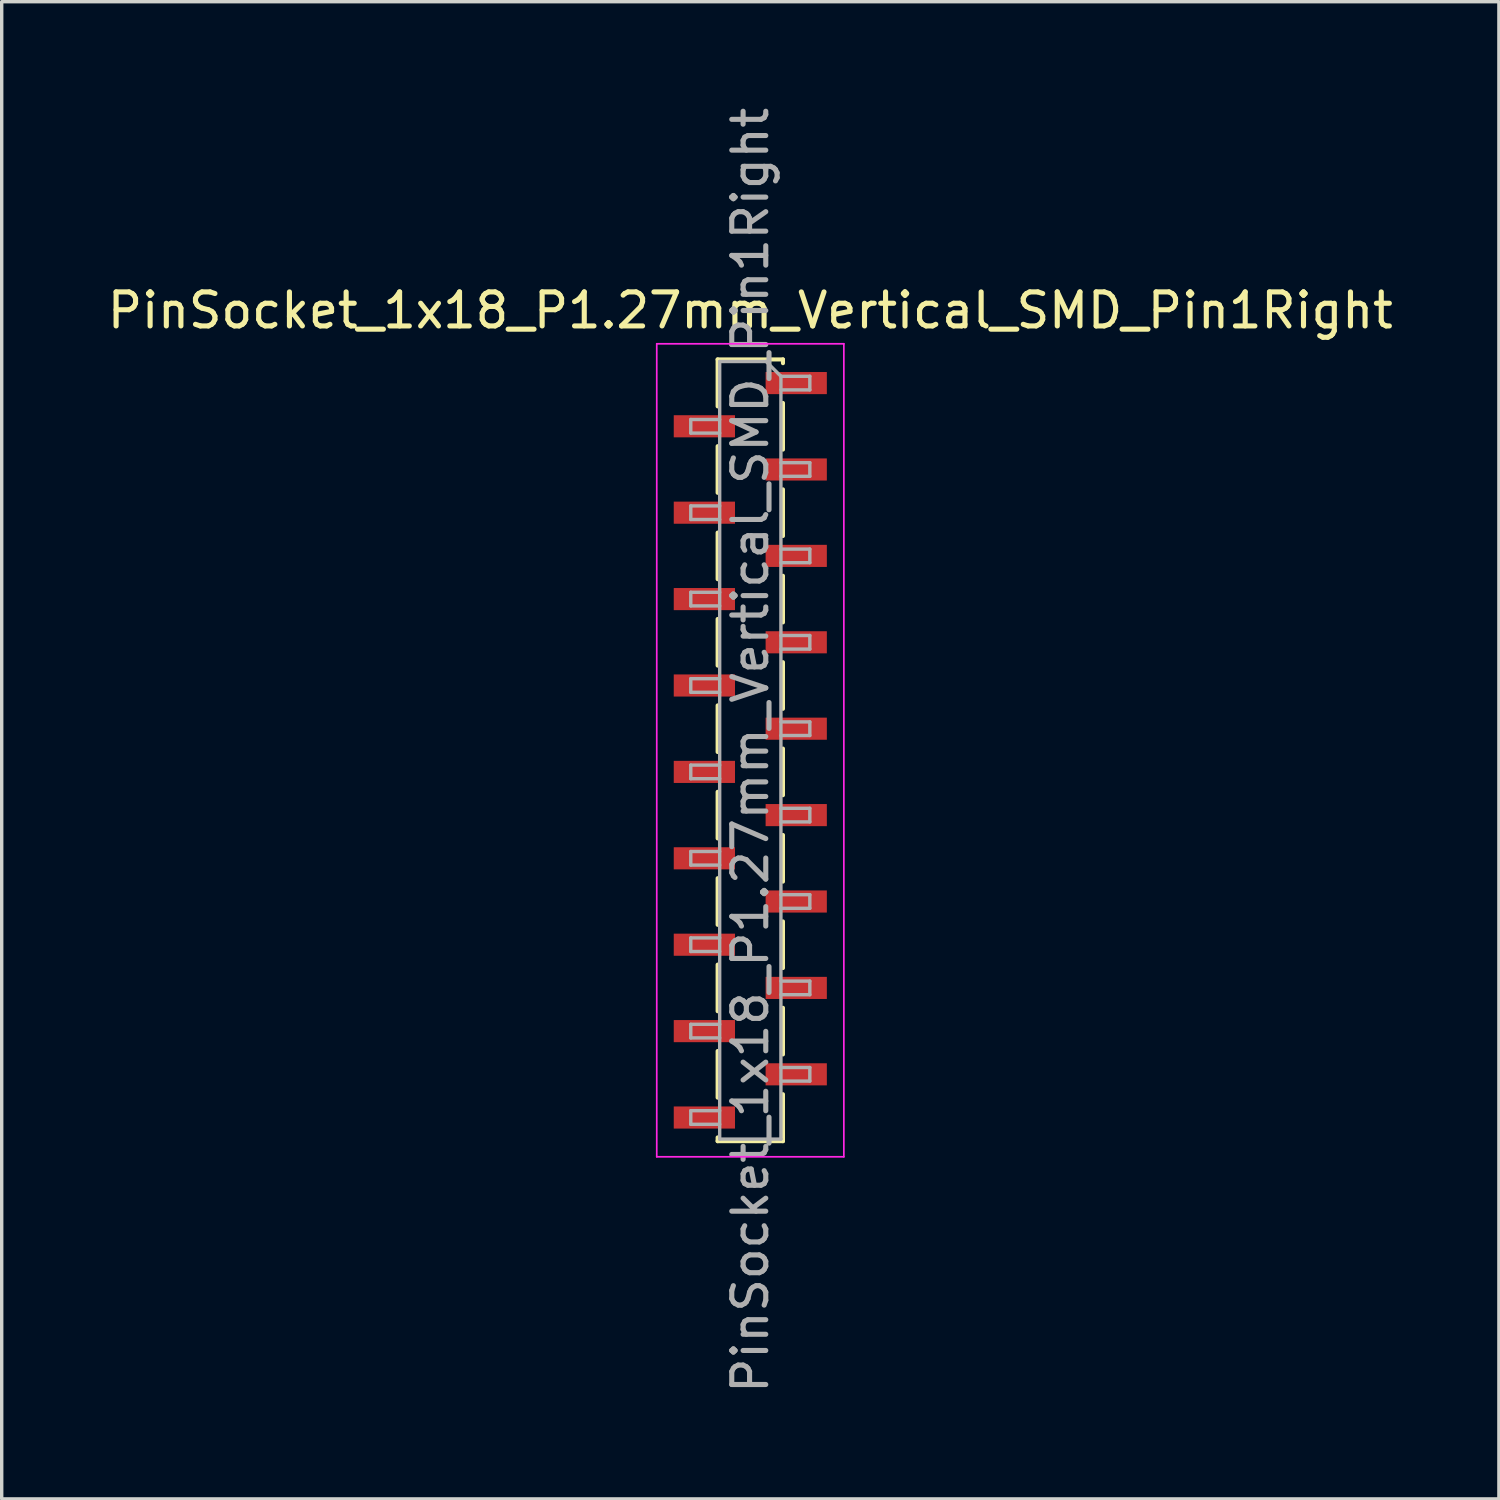
<source format=kicad_pcb>
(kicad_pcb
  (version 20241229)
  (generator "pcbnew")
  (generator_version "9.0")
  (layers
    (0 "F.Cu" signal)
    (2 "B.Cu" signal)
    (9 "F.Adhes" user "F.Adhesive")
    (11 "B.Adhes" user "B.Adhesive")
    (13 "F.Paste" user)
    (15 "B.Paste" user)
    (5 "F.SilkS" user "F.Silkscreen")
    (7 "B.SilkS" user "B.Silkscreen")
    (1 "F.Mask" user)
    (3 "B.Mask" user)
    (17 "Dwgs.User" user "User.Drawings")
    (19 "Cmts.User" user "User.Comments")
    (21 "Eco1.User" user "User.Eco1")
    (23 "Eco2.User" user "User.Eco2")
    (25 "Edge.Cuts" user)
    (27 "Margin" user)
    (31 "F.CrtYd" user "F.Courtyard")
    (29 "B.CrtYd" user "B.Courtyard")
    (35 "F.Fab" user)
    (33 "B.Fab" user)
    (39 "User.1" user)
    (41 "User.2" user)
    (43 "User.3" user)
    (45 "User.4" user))
  (footprint "PinSocket_1x18_P1.27mm_Vertical_SMD_Pin1Right"
    (layer "F.Cu")
    (at 19.006 19.006)
    (property "Reference" "PinSocket_1x18_P1.27mm_Vertical_SMD_Pin1Right" (at 0 -12.93 0) (layer "F.SilkS") (effects (font (size 1 1) (thickness 0.15))))
    (attr smd)
    (fp_line (start -0.96 -11.49) (end -0.96 -10.11) (stroke (width 0.12) (type solid)) (layer "F.SilkS"))
    (fp_line (start -0.96 -11.49) (end 0.96 -11.49) (stroke (width 0.12) (type solid)) (layer "F.SilkS"))
    (fp_line (start -0.96 -8.94) (end -0.96 -7.57) (stroke (width 0.12) (type solid)) (layer "F.SilkS"))
    (fp_line (start -0.96 -6.4) (end -0.96 -5.03) (stroke (width 0.12) (type solid)) (layer "F.SilkS"))
    (fp_line (start -0.96 -3.86) (end -0.96 -2.49) (stroke (width 0.12) (type solid)) (layer "F.SilkS"))
    (fp_line (start -0.96 -1.32) (end -0.96 0.05) (stroke (width 0.12) (type solid)) (layer "F.SilkS"))
    (fp_line (start -0.96 1.22) (end -0.96 2.59) (stroke (width 0.12) (type solid)) (layer "F.SilkS"))
    (fp_line (start -0.96 3.76) (end -0.96 5.13) (stroke (width 0.12) (type solid)) (layer "F.SilkS"))
    (fp_line (start -0.96 6.3) (end -0.96 7.67) (stroke (width 0.12) (type solid)) (layer "F.SilkS"))
    (fp_line (start -0.96 8.84) (end -0.96 10.21) (stroke (width 0.12) (type solid)) (layer "F.SilkS"))
    (fp_line (start -0.96 11.38) (end -0.96 11.49) (stroke (width 0.12) (type solid)) (layer "F.SilkS"))
    (fp_line (start -0.96 11.49) (end 0.96 11.49) (stroke (width 0.12) (type solid)) (layer "F.SilkS"))
    (fp_line (start 0.96 -11.49) (end 0.96 -11.38) (stroke (width 0.12) (type solid)) (layer "F.SilkS"))
    (fp_line (start 0.96 -10.21) (end 0.96 -8.84) (stroke (width 0.12) (type solid)) (layer "F.SilkS"))
    (fp_line (start 0.96 -7.67) (end 0.96 -6.3) (stroke (width 0.12) (type solid)) (layer "F.SilkS"))
    (fp_line (start 0.96 -5.13) (end 0.96 -3.76) (stroke (width 0.12) (type solid)) (layer "F.SilkS"))
    (fp_line (start 0.96 -2.59) (end 0.96 -1.22) (stroke (width 0.12) (type solid)) (layer "F.SilkS"))
    (fp_line (start 0.96 -0.05) (end 0.96 1.32) (stroke (width 0.12) (type solid)) (layer "F.SilkS"))
    (fp_line (start 0.96 2.49) (end 0.96 3.86) (stroke (width 0.12) (type solid)) (layer "F.SilkS"))
    (fp_line (start 0.96 5.03) (end 0.96 6.4) (stroke (width 0.12) (type solid)) (layer "F.SilkS"))
    (fp_line (start 0.96 7.57) (end 0.96 8.94) (stroke (width 0.12) (type solid)) (layer "F.SilkS"))
    (fp_line (start 0.96 10.11) (end 0.96 11.49) (stroke (width 0.12) (type solid)) (layer "F.SilkS"))
    (fp_line (start -2.75 -11.95) (end 2.75 -11.95) (stroke (width 0.05) (type solid)) (layer "F.CrtYd"))
    (fp_line (start -2.75 11.95) (end -2.75 -11.95) (stroke (width 0.05) (type solid)) (layer "F.CrtYd"))
    (fp_line (start 2.75 -11.95) (end 2.75 11.95) (stroke (width 0.05) (type solid)) (layer "F.CrtYd"))
    (fp_line (start 2.75 11.95) (end -2.75 11.95) (stroke (width 0.05) (type solid)) (layer "F.CrtYd"))
    (fp_line (start -1.75 -9.725) (end -0.9 -9.725) (stroke (width 0.1) (type solid)) (layer "F.Fab"))
    (fp_line (start -1.75 -9.325) (end -1.75 -9.725) (stroke (width 0.1) (type solid)) (layer "F.Fab"))
    (fp_line (start -1.75 -7.185) (end -0.9 -7.185) (stroke (width 0.1) (type solid)) (layer "F.Fab"))
    (fp_line (start -1.75 -6.785) (end -1.75 -7.185) (stroke (width 0.1) (type solid)) (layer "F.Fab"))
    (fp_line (start -1.75 -4.645) (end -0.9 -4.645) (stroke (width 0.1) (type solid)) (layer "F.Fab"))
    (fp_line (start -1.75 -4.245) (end -1.75 -4.645) (stroke (width 0.1) (type solid)) (layer "F.Fab"))
    (fp_line (start -1.75 -2.105) (end -0.9 -2.105) (stroke (width 0.1) (type solid)) (layer "F.Fab"))
    (fp_line (start -1.75 -1.705) (end -1.75 -2.105) (stroke (width 0.1) (type solid)) (layer "F.Fab"))
    (fp_line (start -1.75 0.435) (end -0.9 0.435) (stroke (width 0.1) (type solid)) (layer "F.Fab"))
    (fp_line (start -1.75 0.835) (end -1.75 0.435) (stroke (width 0.1) (type solid)) (layer "F.Fab"))
    (fp_line (start -1.75 2.975) (end -0.9 2.975) (stroke (width 0.1) (type solid)) (layer "F.Fab"))
    (fp_line (start -1.75 3.375) (end -1.75 2.975) (stroke (width 0.1) (type solid)) (layer "F.Fab"))
    (fp_line (start -1.75 5.515) (end -0.9 5.515) (stroke (width 0.1) (type solid)) (layer "F.Fab"))
    (fp_line (start -1.75 5.915) (end -1.75 5.515) (stroke (width 0.1) (type solid)) (layer "F.Fab"))
    (fp_line (start -1.75 8.055) (end -0.9 8.055) (stroke (width 0.1) (type solid)) (layer "F.Fab"))
    (fp_line (start -1.75 8.455) (end -1.75 8.055) (stroke (width 0.1) (type solid)) (layer "F.Fab"))
    (fp_line (start -1.75 10.595) (end -0.9 10.595) (stroke (width 0.1) (type solid)) (layer "F.Fab"))
    (fp_line (start -1.75 10.995) (end -1.75 10.595) (stroke (width 0.1) (type solid)) (layer "F.Fab"))
    (fp_line (start -0.9 -11.43) (end 0.465 -11.43) (stroke (width 0.1) (type solid)) (layer "F.Fab"))
    (fp_line (start -0.9 -9.325) (end -1.75 -9.325) (stroke (width 0.1) (type solid)) (layer "F.Fab"))
    (fp_line (start -0.9 -6.785) (end -1.75 -6.785) (stroke (width 0.1) (type solid)) (layer "F.Fab"))
    (fp_line (start -0.9 -4.245) (end -1.75 -4.245) (stroke (width 0.1) (type solid)) (layer "F.Fab"))
    (fp_line (start -0.9 -1.705) (end -1.75 -1.705) (stroke (width 0.1) (type solid)) (layer "F.Fab"))
    (fp_line (start -0.9 0.835) (end -1.75 0.835) (stroke (width 0.1) (type solid)) (layer "F.Fab"))
    (fp_line (start -0.9 3.375) (end -1.75 3.375) (stroke (width 0.1) (type solid)) (layer "F.Fab"))
    (fp_line (start -0.9 5.915) (end -1.75 5.915) (stroke (width 0.1) (type solid)) (layer "F.Fab"))
    (fp_line (start -0.9 8.455) (end -1.75 8.455) (stroke (width 0.1) (type solid)) (layer "F.Fab"))
    (fp_line (start -0.9 10.995) (end -1.75 10.995) (stroke (width 0.1) (type solid)) (layer "F.Fab"))
    (fp_line (start -0.9 11.43) (end -0.9 -11.43) (stroke (width 0.1) (type solid)) (layer "F.Fab"))
    (fp_line (start 0.465 -11.43) (end 0.9 -10.995) (stroke (width 0.1) (type solid)) (layer "F.Fab"))
    (fp_line (start 0.9 -10.995) (end 0.9 11.43) (stroke (width 0.1) (type solid)) (layer "F.Fab"))
    (fp_line (start 0.9 -10.995) (end 1.75 -10.995) (stroke (width 0.1) (type solid)) (layer "F.Fab"))
    (fp_line (start 0.9 -8.455) (end 1.75 -8.455) (stroke (width 0.1) (type solid)) (layer "F.Fab"))
    (fp_line (start 0.9 -5.915) (end 1.75 -5.915) (stroke (width 0.1) (type solid)) (layer "F.Fab"))
    (fp_line (start 0.9 -3.375) (end 1.75 -3.375) (stroke (width 0.1) (type solid)) (layer "F.Fab"))
    (fp_line (start 0.9 -0.835) (end 1.75 -0.835) (stroke (width 0.1) (type solid)) (layer "F.Fab"))
    (fp_line (start 0.9 1.705) (end 1.75 1.705) (stroke (width 0.1) (type solid)) (layer "F.Fab"))
    (fp_line (start 0.9 4.245) (end 1.75 4.245) (stroke (width 0.1) (type solid)) (layer "F.Fab"))
    (fp_line (start 0.9 6.785) (end 1.75 6.785) (stroke (width 0.1) (type solid)) (layer "F.Fab"))
    (fp_line (start 0.9 9.325) (end 1.75 9.325) (stroke (width 0.1) (type solid)) (layer "F.Fab"))
    (fp_line (start 0.9 11.43) (end -0.9 11.43) (stroke (width 0.1) (type solid)) (layer "F.Fab"))
    (fp_line (start 1.75 -10.995) (end 1.75 -10.595) (stroke (width 0.1) (type solid)) (layer "F.Fab"))
    (fp_line (start 1.75 -10.595) (end 0.9 -10.595) (stroke (width 0.1) (type solid)) (layer "F.Fab"))
    (fp_line (start 1.75 -8.455) (end 1.75 -8.055) (stroke (width 0.1) (type solid)) (layer "F.Fab"))
    (fp_line (start 1.75 -8.055) (end 0.9 -8.055) (stroke (width 0.1) (type solid)) (layer "F.Fab"))
    (fp_line (start 1.75 -5.915) (end 1.75 -5.515) (stroke (width 0.1) (type solid)) (layer "F.Fab"))
    (fp_line (start 1.75 -5.515) (end 0.9 -5.515) (stroke (width 0.1) (type solid)) (layer "F.Fab"))
    (fp_line (start 1.75 -3.375) (end 1.75 -2.975) (stroke (width 0.1) (type solid)) (layer "F.Fab"))
    (fp_line (start 1.75 -2.975) (end 0.9 -2.975) (stroke (width 0.1) (type solid)) (layer "F.Fab"))
    (fp_line (start 1.75 -0.835) (end 1.75 -0.435) (stroke (width 0.1) (type solid)) (layer "F.Fab"))
    (fp_line (start 1.75 -0.435) (end 0.9 -0.435) (stroke (width 0.1) (type solid)) (layer "F.Fab"))
    (fp_line (start 1.75 1.705) (end 1.75 2.105) (stroke (width 0.1) (type solid)) (layer "F.Fab"))
    (fp_line (start 1.75 2.105) (end 0.9 2.105) (stroke (width 0.1) (type solid)) (layer "F.Fab"))
    (fp_line (start 1.75 4.245) (end 1.75 4.645) (stroke (width 0.1) (type solid)) (layer "F.Fab"))
    (fp_line (start 1.75 4.645) (end 0.9 4.645) (stroke (width 0.1) (type solid)) (layer "F.Fab"))
    (fp_line (start 1.75 6.785) (end 1.75 7.185) (stroke (width 0.1) (type solid)) (layer "F.Fab"))
    (fp_line (start 1.75 7.185) (end 0.9 7.185) (stroke (width 0.1) (type solid)) (layer "F.Fab"))
    (fp_line (start 1.75 9.325) (end 1.75 9.725) (stroke (width 0.1) (type solid)) (layer "F.Fab"))
    (fp_line (start 1.75 9.725) (end 0.9 9.725) (stroke (width 0.1) (type solid)) (layer "F.Fab"))
    (fp_text user "${REFERENCE}" (at 0 0 90) (layer "F.Fab") (effects (font (size 1 1) (thickness 0.15))))
    (pad "1" smd rect (at 1.35 -10.795) (size 1.8 0.65) (layers "F.Cu" "F.Mask" "F.Paste"))
    (pad "2" smd rect (at -1.35 -9.525) (size 1.8 0.65) (layers "F.Cu" "F.Mask" "F.Paste"))
    (pad "3" smd rect (at 1.35 -8.255) (size 1.8 0.65) (layers "F.Cu" "F.Mask" "F.Paste"))
    (pad "4" smd rect (at -1.35 -6.985) (size 1.8 0.65) (layers "F.Cu" "F.Mask" "F.Paste"))
    (pad "5" smd rect (at 1.35 -5.715) (size 1.8 0.65) (layers "F.Cu" "F.Mask" "F.Paste"))
    (pad "6" smd rect (at -1.35 -4.445) (size 1.8 0.65) (layers "F.Cu" "F.Mask" "F.Paste"))
    (pad "7" smd rect (at 1.35 -3.175) (size 1.8 0.65) (layers "F.Cu" "F.Mask" "F.Paste"))
    (pad "8" smd rect (at -1.35 -1.905) (size 1.8 0.65) (layers "F.Cu" "F.Mask" "F.Paste"))
    (pad "9" smd rect (at 1.35 -0.635) (size 1.8 0.65) (layers "F.Cu" "F.Mask" "F.Paste"))
    (pad "10" smd rect (at -1.35 0.635) (size 1.8 0.65) (layers "F.Cu" "F.Mask" "F.Paste"))
    (pad "11" smd rect (at 1.35 1.905) (size 1.8 0.65) (layers "F.Cu" "F.Mask" "F.Paste"))
    (pad "12" smd rect (at -1.35 3.175) (size 1.8 0.65) (layers "F.Cu" "F.Mask" "F.Paste"))
    (pad "13" smd rect (at 1.35 4.445) (size 1.8 0.65) (layers "F.Cu" "F.Mask" "F.Paste"))
    (pad "14" smd rect (at -1.35 5.715) (size 1.8 0.65) (layers "F.Cu" "F.Mask" "F.Paste"))
    (pad "15" smd rect (at 1.35 6.985) (size 1.8 0.65) (layers "F.Cu" "F.Mask" "F.Paste"))
    (pad "16" smd rect (at -1.35 8.255) (size 1.8 0.65) (layers "F.Cu" "F.Mask" "F.Paste"))
    (pad "17" smd rect (at 1.35 9.525) (size 1.8 0.65) (layers "F.Cu" "F.Mask" "F.Paste"))
    (pad "18" smd rect (at -1.35 10.795) (size 1.8 0.65) (layers "F.Cu" "F.Mask" "F.Paste")))
  (gr_rect
    (start -3 -3)
    (end 41.012 41.012)
    (stroke (width 0.1) (type default))
    (fill no)
    (layer "Edge.Cuts")))
</source>
